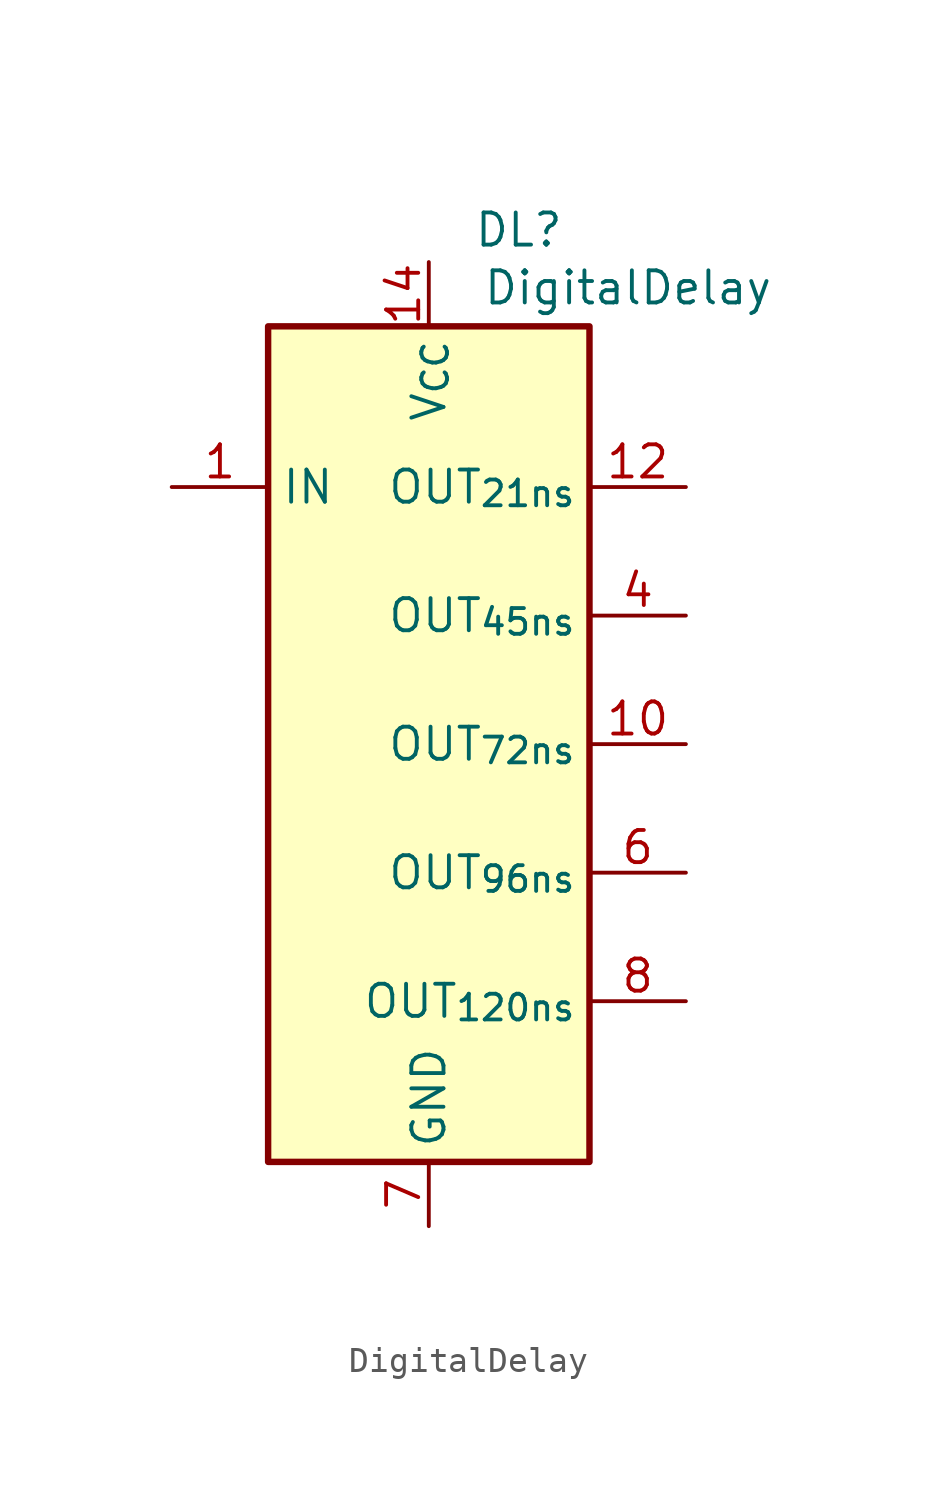
<source format=kicad_sym>
(kicad_symbol_lib
  (version 20231120)
  (generator "kicad_symbol_editor")
  (generator_version "8.0")
  (symbol "DigitalDelay"
    (property "Reference" "DL"
      (at 3.556 20.32 0)
      (effects (font (size 1.27 1.27))))
    (property "Value" "DigitalDelay"
      (at 7.874 18.034 0)
      (effects (font (size 1.27 1.27))))
    (symbol "DigitalDelay_1_1"
      (rectangle (start -6.35 16.51) (end 6.35 -16.51) (stroke (width 0.254) (type default)) (fill (type background)))
      (pin input line (at -10.16 10.16 0) (length 3.81) (name "IN" (effects (font (size 1.27 1.27)))) (number "1" (effects (font (size 1.27 1.27)))))
      (pin output line (at 10.16 0 180) (length 3.81) (name "OUT_{72ns}" (effects (font (size 1.27 1.27)))) (number "10" (effects (font (size 1.27 1.27)))))
      (pin output line (at 10.16 10.16 180) (length 3.81) (name "OUT_{21ns}" (effects (font (size 1.27 1.27)))) (number "12" (effects (font (size 1.27 1.27)))))
      (pin power_in line (at 0 19.05 270) (length 2.54) (name "V_{CC}" (effects (font (size 1.27 1.27)))) (number "14" (effects (font (size 1.27 1.27)))))
      (pin output line (at 10.16 5.08 180) (length 3.81) (name "OUT_{45ns}" (effects (font (size 1.27 1.27)))) (number "4" (effects (font (size 1.27 1.27)))))
      (pin output line (at 10.16 -5.08 180) (length 3.81) (name "OUT_{96ns}" (effects (font (size 1.27 1.27)))) (number "6" (effects (font (size 1.27 1.27)))))
      (pin power_in line (at 0 -19.05 90) (length 2.54) (name "GND" (effects (font (size 1.27 1.27)))) (number "7" (effects (font (size 1.27 1.27)))))
      (pin output line (at 10.16 -10.16 180) (length 3.81) (name "OUT_{120ns}" (effects (font (size 1.27 1.27)))) (number "8" (effects (font (size 1.27 1.27))))))))
</source>
